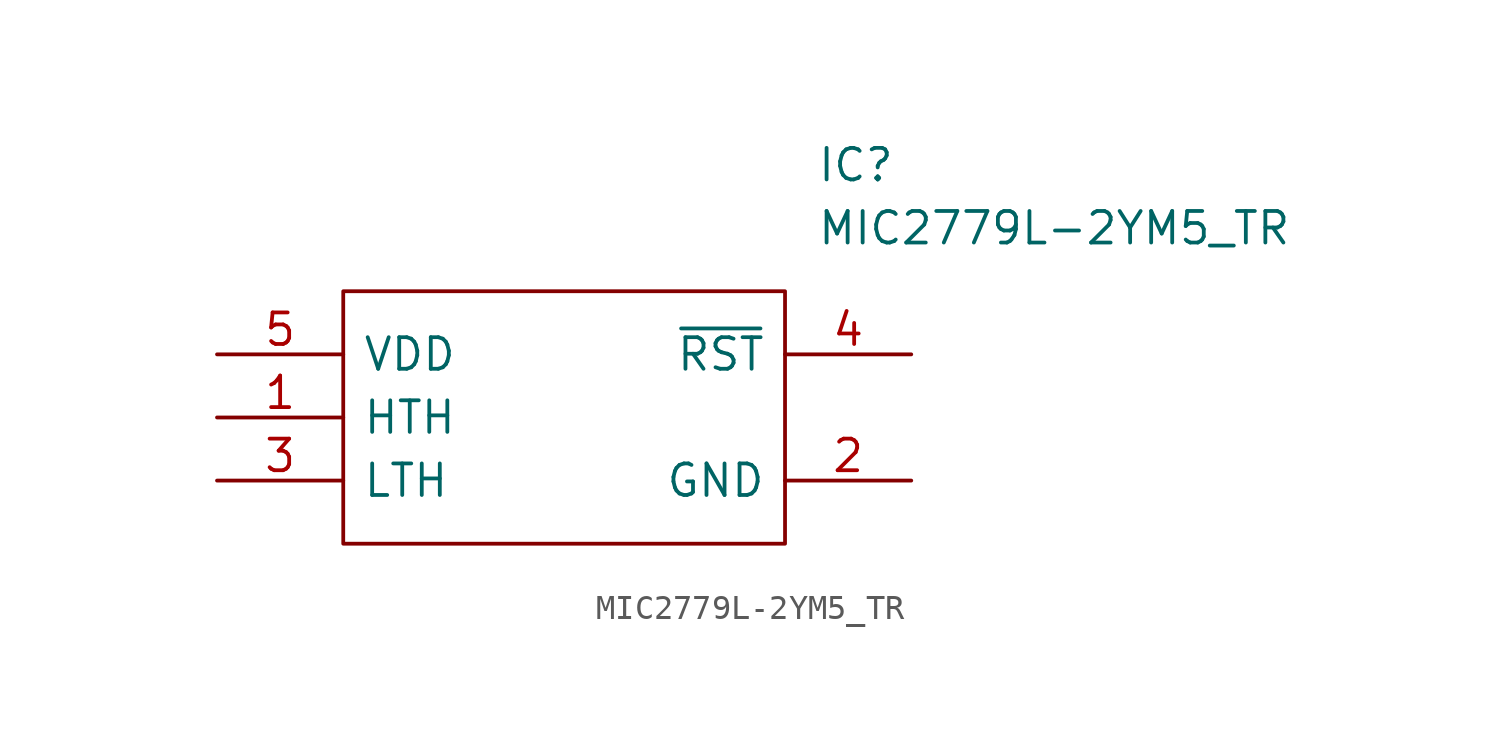
<source format=kicad_sym>
(kicad_symbol_lib
  (version 20211014)
  (generator kicad_symbol_editor)
  (symbol "MIC2779L-2YM5_TR"
    (pin_names
      (offset 0.762))
    (property "Reference" "IC"
      (at 24.13 7.62 0)
      (effects (font (size 1.27 1.27)) (justify left)))
    (property "Value" "MIC2779L-2YM5_TR"
      (at 24.13 5.08 0)
      (effects (font (size 1.27 1.27)) (justify left)))
    (symbol "MIC2779L-2YM5_TR_0_0"
      (pin input line (at 0 -2.54 0) (length 5.08) (name "HTH" (effects (font (size 1.27 1.27)))) (number "1" (effects (font (size 1.27 1.27)))))
      (pin power_in line (at 27.94 -5.08 180) (length 5.08) (name "GND" (effects (font (size 1.27 1.27)))) (number "2" (effects (font (size 1.27 1.27)))))
      (pin input line (at 0 -5.08 0) (length 5.08) (name "LTH" (effects (font (size 1.27 1.27)))) (number "3" (effects (font (size 1.27 1.27)))))
      (pin output line (at 27.94 0 180) (length 5.08) (name "~{RST}" (effects (font (size 1.27 1.27)))) (number "4" (effects (font (size 1.27 1.27)))))
      (pin power_in line (at 0 0 0) (length 5.08) (name "VDD" (effects (font (size 1.27 1.27)))) (number "5" (effects (font (size 1.27 1.27))))))
    (symbol "MIC2779L-2YM5_TR_0_1"
      (polyline (pts (xy 5.08 2.54) (xy 22.86 2.54) (xy 22.86 -7.62) (xy 5.08 -7.62) (xy 5.08 2.54)) (stroke (width 0.152) (type default) (color 0 0 0 0)) (fill (type none))))))
</source>
